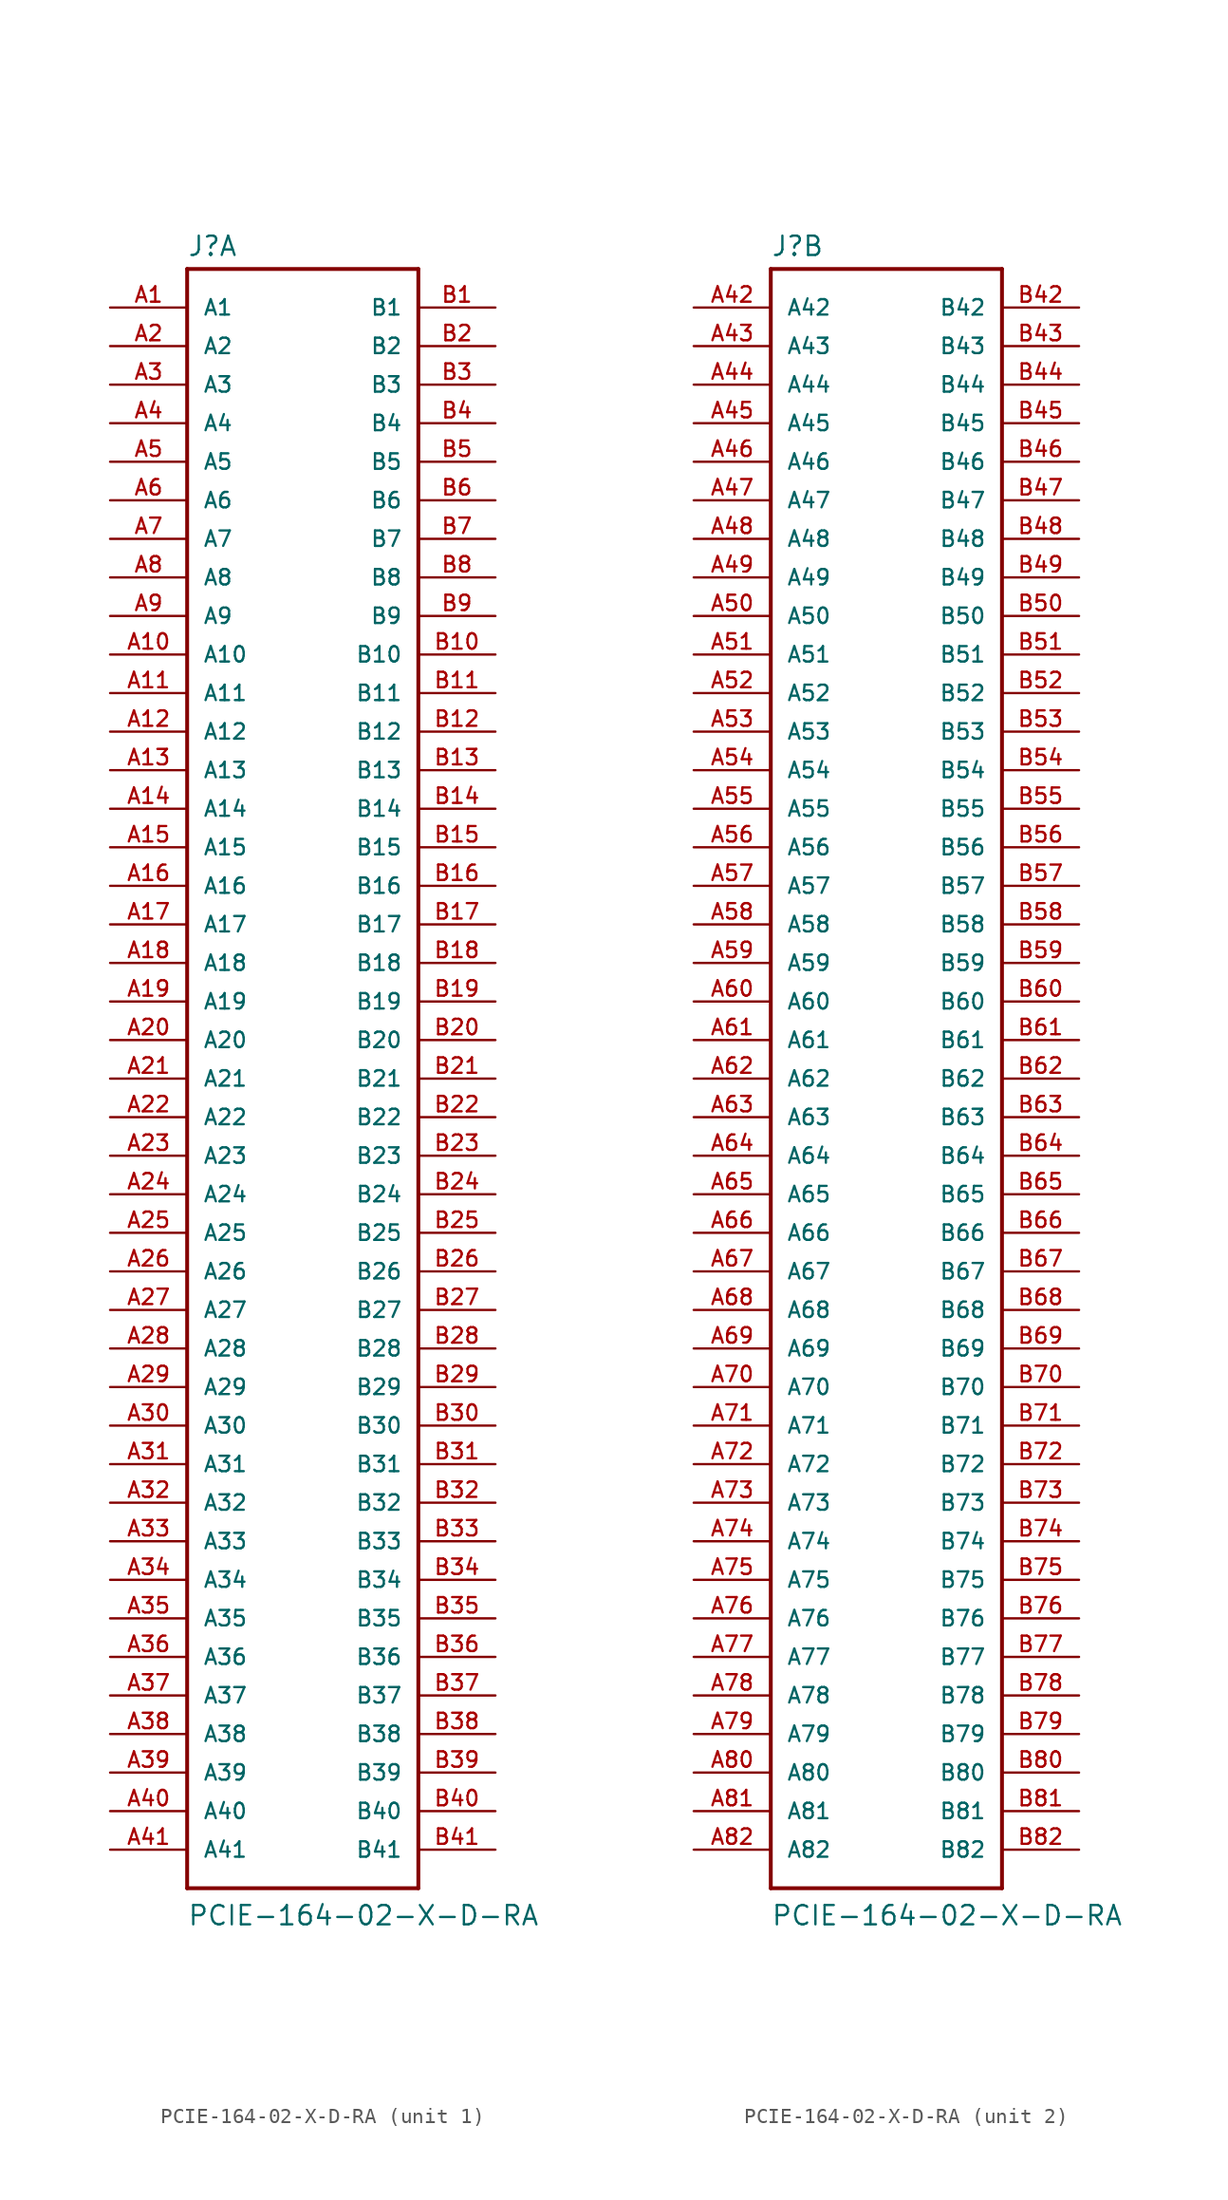
<source format=kicad_sym>
(kicad_symbol_lib
  (version 20211014)
  (generator kicad_symbol_editor)
  (symbol "PCIE-164-02-X-D-RA"
    (pin_names
      (offset 1.016))
    (property "Reference" "J"
      (at -7.62 54.102 0)
      (effects (font (size 1.27 1.27)) (justify left bottom)))
    (property "Value" "PCIE-164-02-X-D-RA"
      (at -7.62 -55.88 0)
      (effects (font (size 1.27 1.27)) (justify left bottom)))
    (property "ki_locked" ""
      (at 0 0 0)
      (effects (font (size 1.27 1.27))))
    (symbol "PCIE-164-02-X-D-RA_1_0"
      (polyline (pts (xy -7.62 -53.34) (xy -7.62 53.34)) (stroke (width 0.254) (type default) (color 0 0 0 0)) (fill (type none)))
      (polyline (pts (xy -7.62 53.34) (xy 7.62 53.34)) (stroke (width 0.254) (type default) (color 0 0 0 0)) (fill (type none)))
      (polyline (pts (xy 7.62 -53.34) (xy -7.62 -53.34)) (stroke (width 0.254) (type default) (color 0 0 0 0)) (fill (type none)))
      (polyline (pts (xy 7.62 53.34) (xy 7.62 -53.34)) (stroke (width 0.254) (type default) (color 0 0 0 0)) (fill (type none)))
      (pin passive line (at -12.7 50.8 0) (length 5.08) (name "A1" (effects (font (size 1.016 1.016)))) (number "A1" (effects (font (size 1.016 1.016)))))
      (pin passive line (at -12.7 27.94 0) (length 5.08) (name "A10" (effects (font (size 1.016 1.016)))) (number "A10" (effects (font (size 1.016 1.016)))))
      (pin passive line (at -12.7 25.4 0) (length 5.08) (name "A11" (effects (font (size 1.016 1.016)))) (number "A11" (effects (font (size 1.016 1.016)))))
      (pin passive line (at -12.7 22.86 0) (length 5.08) (name "A12" (effects (font (size 1.016 1.016)))) (number "A12" (effects (font (size 1.016 1.016)))))
      (pin passive line (at -12.7 20.32 0) (length 5.08) (name "A13" (effects (font (size 1.016 1.016)))) (number "A13" (effects (font (size 1.016 1.016)))))
      (pin passive line (at -12.7 17.78 0) (length 5.08) (name "A14" (effects (font (size 1.016 1.016)))) (number "A14" (effects (font (size 1.016 1.016)))))
      (pin passive line (at -12.7 15.24 0) (length 5.08) (name "A15" (effects (font (size 1.016 1.016)))) (number "A15" (effects (font (size 1.016 1.016)))))
      (pin passive line (at -12.7 12.7 0) (length 5.08) (name "A16" (effects (font (size 1.016 1.016)))) (number "A16" (effects (font (size 1.016 1.016)))))
      (pin passive line (at -12.7 10.16 0) (length 5.08) (name "A17" (effects (font (size 1.016 1.016)))) (number "A17" (effects (font (size 1.016 1.016)))))
      (pin passive line (at -12.7 7.62 0) (length 5.08) (name "A18" (effects (font (size 1.016 1.016)))) (number "A18" (effects (font (size 1.016 1.016)))))
      (pin passive line (at -12.7 5.08 0) (length 5.08) (name "A19" (effects (font (size 1.016 1.016)))) (number "A19" (effects (font (size 1.016 1.016)))))
      (pin passive line (at -12.7 48.26 0) (length 5.08) (name "A2" (effects (font (size 1.016 1.016)))) (number "A2" (effects (font (size 1.016 1.016)))))
      (pin passive line (at -12.7 2.54 0) (length 5.08) (name "A20" (effects (font (size 1.016 1.016)))) (number "A20" (effects (font (size 1.016 1.016)))))
      (pin passive line (at -12.7 0 0) (length 5.08) (name "A21" (effects (font (size 1.016 1.016)))) (number "A21" (effects (font (size 1.016 1.016)))))
      (pin passive line (at -12.7 -2.54 0) (length 5.08) (name "A22" (effects (font (size 1.016 1.016)))) (number "A22" (effects (font (size 1.016 1.016)))))
      (pin passive line (at -12.7 -5.08 0) (length 5.08) (name "A23" (effects (font (size 1.016 1.016)))) (number "A23" (effects (font (size 1.016 1.016)))))
      (pin passive line (at -12.7 -7.62 0) (length 5.08) (name "A24" (effects (font (size 1.016 1.016)))) (number "A24" (effects (font (size 1.016 1.016)))))
      (pin passive line (at -12.7 -10.16 0) (length 5.08) (name "A25" (effects (font (size 1.016 1.016)))) (number "A25" (effects (font (size 1.016 1.016)))))
      (pin passive line (at -12.7 -12.7 0) (length 5.08) (name "A26" (effects (font (size 1.016 1.016)))) (number "A26" (effects (font (size 1.016 1.016)))))
      (pin passive line (at -12.7 -15.24 0) (length 5.08) (name "A27" (effects (font (size 1.016 1.016)))) (number "A27" (effects (font (size 1.016 1.016)))))
      (pin passive line (at -12.7 -17.78 0) (length 5.08) (name "A28" (effects (font (size 1.016 1.016)))) (number "A28" (effects (font (size 1.016 1.016)))))
      (pin passive line (at -12.7 -20.32 0) (length 5.08) (name "A29" (effects (font (size 1.016 1.016)))) (number "A29" (effects (font (size 1.016 1.016)))))
      (pin passive line (at -12.7 45.72 0) (length 5.08) (name "A3" (effects (font (size 1.016 1.016)))) (number "A3" (effects (font (size 1.016 1.016)))))
      (pin passive line (at -12.7 -22.86 0) (length 5.08) (name "A30" (effects (font (size 1.016 1.016)))) (number "A30" (effects (font (size 1.016 1.016)))))
      (pin passive line (at -12.7 -25.4 0) (length 5.08) (name "A31" (effects (font (size 1.016 1.016)))) (number "A31" (effects (font (size 1.016 1.016)))))
      (pin passive line (at -12.7 -27.94 0) (length 5.08) (name "A32" (effects (font (size 1.016 1.016)))) (number "A32" (effects (font (size 1.016 1.016)))))
      (pin passive line (at -12.7 -30.48 0) (length 5.08) (name "A33" (effects (font (size 1.016 1.016)))) (number "A33" (effects (font (size 1.016 1.016)))))
      (pin passive line (at -12.7 -33.02 0) (length 5.08) (name "A34" (effects (font (size 1.016 1.016)))) (number "A34" (effects (font (size 1.016 1.016)))))
      (pin passive line (at -12.7 -35.56 0) (length 5.08) (name "A35" (effects (font (size 1.016 1.016)))) (number "A35" (effects (font (size 1.016 1.016)))))
      (pin passive line (at -12.7 -38.1 0) (length 5.08) (name "A36" (effects (font (size 1.016 1.016)))) (number "A36" (effects (font (size 1.016 1.016)))))
      (pin passive line (at -12.7 -40.64 0) (length 5.08) (name "A37" (effects (font (size 1.016 1.016)))) (number "A37" (effects (font (size 1.016 1.016)))))
      (pin passive line (at -12.7 -43.18 0) (length 5.08) (name "A38" (effects (font (size 1.016 1.016)))) (number "A38" (effects (font (size 1.016 1.016)))))
      (pin passive line (at -12.7 -45.72 0) (length 5.08) (name "A39" (effects (font (size 1.016 1.016)))) (number "A39" (effects (font (size 1.016 1.016)))))
      (pin passive line (at -12.7 43.18 0) (length 5.08) (name "A4" (effects (font (size 1.016 1.016)))) (number "A4" (effects (font (size 1.016 1.016)))))
      (pin passive line (at -12.7 -48.26 0) (length 5.08) (name "A40" (effects (font (size 1.016 1.016)))) (number "A40" (effects (font (size 1.016 1.016)))))
      (pin passive line (at -12.7 -50.8 0) (length 5.08) (name "A41" (effects (font (size 1.016 1.016)))) (number "A41" (effects (font (size 1.016 1.016)))))
      (pin passive line (at -12.7 40.64 0) (length 5.08) (name "A5" (effects (font (size 1.016 1.016)))) (number "A5" (effects (font (size 1.016 1.016)))))
      (pin passive line (at -12.7 38.1 0) (length 5.08) (name "A6" (effects (font (size 1.016 1.016)))) (number "A6" (effects (font (size 1.016 1.016)))))
      (pin passive line (at -12.7 35.56 0) (length 5.08) (name "A7" (effects (font (size 1.016 1.016)))) (number "A7" (effects (font (size 1.016 1.016)))))
      (pin passive line (at -12.7 33.02 0) (length 5.08) (name "A8" (effects (font (size 1.016 1.016)))) (number "A8" (effects (font (size 1.016 1.016)))))
      (pin passive line (at -12.7 30.48 0) (length 5.08) (name "A9" (effects (font (size 1.016 1.016)))) (number "A9" (effects (font (size 1.016 1.016)))))
      (pin passive line (at 12.7 50.8 180) (length 5.08) (name "B1" (effects (font (size 1.016 1.016)))) (number "B1" (effects (font (size 1.016 1.016)))))
      (pin passive line (at 12.7 27.94 180) (length 5.08) (name "B10" (effects (font (size 1.016 1.016)))) (number "B10" (effects (font (size 1.016 1.016)))))
      (pin passive line (at 12.7 25.4 180) (length 5.08) (name "B11" (effects (font (size 1.016 1.016)))) (number "B11" (effects (font (size 1.016 1.016)))))
      (pin passive line (at 12.7 22.86 180) (length 5.08) (name "B12" (effects (font (size 1.016 1.016)))) (number "B12" (effects (font (size 1.016 1.016)))))
      (pin passive line (at 12.7 20.32 180) (length 5.08) (name "B13" (effects (font (size 1.016 1.016)))) (number "B13" (effects (font (size 1.016 1.016)))))
      (pin passive line (at 12.7 17.78 180) (length 5.08) (name "B14" (effects (font (size 1.016 1.016)))) (number "B14" (effects (font (size 1.016 1.016)))))
      (pin passive line (at 12.7 15.24 180) (length 5.08) (name "B15" (effects (font (size 1.016 1.016)))) (number "B15" (effects (font (size 1.016 1.016)))))
      (pin passive line (at 12.7 12.7 180) (length 5.08) (name "B16" (effects (font (size 1.016 1.016)))) (number "B16" (effects (font (size 1.016 1.016)))))
      (pin passive line (at 12.7 10.16 180) (length 5.08) (name "B17" (effects (font (size 1.016 1.016)))) (number "B17" (effects (font (size 1.016 1.016)))))
      (pin passive line (at 12.7 7.62 180) (length 5.08) (name "B18" (effects (font (size 1.016 1.016)))) (number "B18" (effects (font (size 1.016 1.016)))))
      (pin passive line (at 12.7 5.08 180) (length 5.08) (name "B19" (effects (font (size 1.016 1.016)))) (number "B19" (effects (font (size 1.016 1.016)))))
      (pin passive line (at 12.7 48.26 180) (length 5.08) (name "B2" (effects (font (size 1.016 1.016)))) (number "B2" (effects (font (size 1.016 1.016)))))
      (pin passive line (at 12.7 2.54 180) (length 5.08) (name "B20" (effects (font (size 1.016 1.016)))) (number "B20" (effects (font (size 1.016 1.016)))))
      (pin passive line (at 12.7 0 180) (length 5.08) (name "B21" (effects (font (size 1.016 1.016)))) (number "B21" (effects (font (size 1.016 1.016)))))
      (pin passive line (at 12.7 -2.54 180) (length 5.08) (name "B22" (effects (font (size 1.016 1.016)))) (number "B22" (effects (font (size 1.016 1.016)))))
      (pin passive line (at 12.7 -5.08 180) (length 5.08) (name "B23" (effects (font (size 1.016 1.016)))) (number "B23" (effects (font (size 1.016 1.016)))))
      (pin passive line (at 12.7 -7.62 180) (length 5.08) (name "B24" (effects (font (size 1.016 1.016)))) (number "B24" (effects (font (size 1.016 1.016)))))
      (pin passive line (at 12.7 -10.16 180) (length 5.08) (name "B25" (effects (font (size 1.016 1.016)))) (number "B25" (effects (font (size 1.016 1.016)))))
      (pin passive line (at 12.7 -12.7 180) (length 5.08) (name "B26" (effects (font (size 1.016 1.016)))) (number "B26" (effects (font (size 1.016 1.016)))))
      (pin passive line (at 12.7 -15.24 180) (length 5.08) (name "B27" (effects (font (size 1.016 1.016)))) (number "B27" (effects (font (size 1.016 1.016)))))
      (pin passive line (at 12.7 -17.78 180) (length 5.08) (name "B28" (effects (font (size 1.016 1.016)))) (number "B28" (effects (font (size 1.016 1.016)))))
      (pin passive line (at 12.7 -20.32 180) (length 5.08) (name "B29" (effects (font (size 1.016 1.016)))) (number "B29" (effects (font (size 1.016 1.016)))))
      (pin passive line (at 12.7 45.72 180) (length 5.08) (name "B3" (effects (font (size 1.016 1.016)))) (number "B3" (effects (font (size 1.016 1.016)))))
      (pin passive line (at 12.7 -22.86 180) (length 5.08) (name "B30" (effects (font (size 1.016 1.016)))) (number "B30" (effects (font (size 1.016 1.016)))))
      (pin passive line (at 12.7 -25.4 180) (length 5.08) (name "B31" (effects (font (size 1.016 1.016)))) (number "B31" (effects (font (size 1.016 1.016)))))
      (pin passive line (at 12.7 -27.94 180) (length 5.08) (name "B32" (effects (font (size 1.016 1.016)))) (number "B32" (effects (font (size 1.016 1.016)))))
      (pin passive line (at 12.7 -30.48 180) (length 5.08) (name "B33" (effects (font (size 1.016 1.016)))) (number "B33" (effects (font (size 1.016 1.016)))))
      (pin passive line (at 12.7 -33.02 180) (length 5.08) (name "B34" (effects (font (size 1.016 1.016)))) (number "B34" (effects (font (size 1.016 1.016)))))
      (pin passive line (at 12.7 -35.56 180) (length 5.08) (name "B35" (effects (font (size 1.016 1.016)))) (number "B35" (effects (font (size 1.016 1.016)))))
      (pin passive line (at 12.7 -38.1 180) (length 5.08) (name "B36" (effects (font (size 1.016 1.016)))) (number "B36" (effects (font (size 1.016 1.016)))))
      (pin passive line (at 12.7 -40.64 180) (length 5.08) (name "B37" (effects (font (size 1.016 1.016)))) (number "B37" (effects (font (size 1.016 1.016)))))
      (pin passive line (at 12.7 -43.18 180) (length 5.08) (name "B38" (effects (font (size 1.016 1.016)))) (number "B38" (effects (font (size 1.016 1.016)))))
      (pin passive line (at 12.7 -45.72 180) (length 5.08) (name "B39" (effects (font (size 1.016 1.016)))) (number "B39" (effects (font (size 1.016 1.016)))))
      (pin passive line (at 12.7 43.18 180) (length 5.08) (name "B4" (effects (font (size 1.016 1.016)))) (number "B4" (effects (font (size 1.016 1.016)))))
      (pin passive line (at 12.7 -48.26 180) (length 5.08) (name "B40" (effects (font (size 1.016 1.016)))) (number "B40" (effects (font (size 1.016 1.016)))))
      (pin passive line (at 12.7 -50.8 180) (length 5.08) (name "B41" (effects (font (size 1.016 1.016)))) (number "B41" (effects (font (size 1.016 1.016)))))
      (pin passive line (at 12.7 40.64 180) (length 5.08) (name "B5" (effects (font (size 1.016 1.016)))) (number "B5" (effects (font (size 1.016 1.016)))))
      (pin passive line (at 12.7 38.1 180) (length 5.08) (name "B6" (effects (font (size 1.016 1.016)))) (number "B6" (effects (font (size 1.016 1.016)))))
      (pin passive line (at 12.7 35.56 180) (length 5.08) (name "B7" (effects (font (size 1.016 1.016)))) (number "B7" (effects (font (size 1.016 1.016)))))
      (pin passive line (at 12.7 33.02 180) (length 5.08) (name "B8" (effects (font (size 1.016 1.016)))) (number "B8" (effects (font (size 1.016 1.016)))))
      (pin passive line (at 12.7 30.48 180) (length 5.08) (name "B9" (effects (font (size 1.016 1.016)))) (number "B9" (effects (font (size 1.016 1.016))))))
    (symbol "PCIE-164-02-X-D-RA_2_0"
      (polyline (pts (xy -7.62 -53.34) (xy -7.62 53.34)) (stroke (width 0.254) (type default) (color 0 0 0 0)) (fill (type none)))
      (polyline (pts (xy -7.62 53.34) (xy 7.62 53.34)) (stroke (width 0.254) (type default) (color 0 0 0 0)) (fill (type none)))
      (polyline (pts (xy 7.62 -53.34) (xy -7.62 -53.34)) (stroke (width 0.254) (type default) (color 0 0 0 0)) (fill (type none)))
      (polyline (pts (xy 7.62 53.34) (xy 7.62 -53.34)) (stroke (width 0.254) (type default) (color 0 0 0 0)) (fill (type none)))
      (pin passive line (at -12.7 50.8 0) (length 5.08) (name "A42" (effects (font (size 1.016 1.016)))) (number "A42" (effects (font (size 1.016 1.016)))))
      (pin passive line (at -12.7 48.26 0) (length 5.08) (name "A43" (effects (font (size 1.016 1.016)))) (number "A43" (effects (font (size 1.016 1.016)))))
      (pin passive line (at -12.7 45.72 0) (length 5.08) (name "A44" (effects (font (size 1.016 1.016)))) (number "A44" (effects (font (size 1.016 1.016)))))
      (pin passive line (at -12.7 43.18 0) (length 5.08) (name "A45" (effects (font (size 1.016 1.016)))) (number "A45" (effects (font (size 1.016 1.016)))))
      (pin passive line (at -12.7 40.64 0) (length 5.08) (name "A46" (effects (font (size 1.016 1.016)))) (number "A46" (effects (font (size 1.016 1.016)))))
      (pin passive line (at -12.7 38.1 0) (length 5.08) (name "A47" (effects (font (size 1.016 1.016)))) (number "A47" (effects (font (size 1.016 1.016)))))
      (pin passive line (at -12.7 35.56 0) (length 5.08) (name "A48" (effects (font (size 1.016 1.016)))) (number "A48" (effects (font (size 1.016 1.016)))))
      (pin passive line (at -12.7 33.02 0) (length 5.08) (name "A49" (effects (font (size 1.016 1.016)))) (number "A49" (effects (font (size 1.016 1.016)))))
      (pin passive line (at -12.7 30.48 0) (length 5.08) (name "A50" (effects (font (size 1.016 1.016)))) (number "A50" (effects (font (size 1.016 1.016)))))
      (pin passive line (at -12.7 27.94 0) (length 5.08) (name "A51" (effects (font (size 1.016 1.016)))) (number "A51" (effects (font (size 1.016 1.016)))))
      (pin passive line (at -12.7 25.4 0) (length 5.08) (name "A52" (effects (font (size 1.016 1.016)))) (number "A52" (effects (font (size 1.016 1.016)))))
      (pin passive line (at -12.7 22.86 0) (length 5.08) (name "A53" (effects (font (size 1.016 1.016)))) (number "A53" (effects (font (size 1.016 1.016)))))
      (pin passive line (at -12.7 20.32 0) (length 5.08) (name "A54" (effects (font (size 1.016 1.016)))) (number "A54" (effects (font (size 1.016 1.016)))))
      (pin passive line (at -12.7 17.78 0) (length 5.08) (name "A55" (effects (font (size 1.016 1.016)))) (number "A55" (effects (font (size 1.016 1.016)))))
      (pin passive line (at -12.7 15.24 0) (length 5.08) (name "A56" (effects (font (size 1.016 1.016)))) (number "A56" (effects (font (size 1.016 1.016)))))
      (pin passive line (at -12.7 12.7 0) (length 5.08) (name "A57" (effects (font (size 1.016 1.016)))) (number "A57" (effects (font (size 1.016 1.016)))))
      (pin passive line (at -12.7 10.16 0) (length 5.08) (name "A58" (effects (font (size 1.016 1.016)))) (number "A58" (effects (font (size 1.016 1.016)))))
      (pin passive line (at -12.7 7.62 0) (length 5.08) (name "A59" (effects (font (size 1.016 1.016)))) (number "A59" (effects (font (size 1.016 1.016)))))
      (pin passive line (at -12.7 5.08 0) (length 5.08) (name "A60" (effects (font (size 1.016 1.016)))) (number "A60" (effects (font (size 1.016 1.016)))))
      (pin passive line (at -12.7 2.54 0) (length 5.08) (name "A61" (effects (font (size 1.016 1.016)))) (number "A61" (effects (font (size 1.016 1.016)))))
      (pin passive line (at -12.7 0 0) (length 5.08) (name "A62" (effects (font (size 1.016 1.016)))) (number "A62" (effects (font (size 1.016 1.016)))))
      (pin passive line (at -12.7 -2.54 0) (length 5.08) (name "A63" (effects (font (size 1.016 1.016)))) (number "A63" (effects (font (size 1.016 1.016)))))
      (pin passive line (at -12.7 -5.08 0) (length 5.08) (name "A64" (effects (font (size 1.016 1.016)))) (number "A64" (effects (font (size 1.016 1.016)))))
      (pin passive line (at -12.7 -7.62 0) (length 5.08) (name "A65" (effects (font (size 1.016 1.016)))) (number "A65" (effects (font (size 1.016 1.016)))))
      (pin passive line (at -12.7 -10.16 0) (length 5.08) (name "A66" (effects (font (size 1.016 1.016)))) (number "A66" (effects (font (size 1.016 1.016)))))
      (pin passive line (at -12.7 -12.7 0) (length 5.08) (name "A67" (effects (font (size 1.016 1.016)))) (number "A67" (effects (font (size 1.016 1.016)))))
      (pin passive line (at -12.7 -15.24 0) (length 5.08) (name "A68" (effects (font (size 1.016 1.016)))) (number "A68" (effects (font (size 1.016 1.016)))))
      (pin passive line (at -12.7 -17.78 0) (length 5.08) (name "A69" (effects (font (size 1.016 1.016)))) (number "A69" (effects (font (size 1.016 1.016)))))
      (pin passive line (at -12.7 -20.32 0) (length 5.08) (name "A70" (effects (font (size 1.016 1.016)))) (number "A70" (effects (font (size 1.016 1.016)))))
      (pin passive line (at -12.7 -22.86 0) (length 5.08) (name "A71" (effects (font (size 1.016 1.016)))) (number "A71" (effects (font (size 1.016 1.016)))))
      (pin passive line (at -12.7 -25.4 0) (length 5.08) (name "A72" (effects (font (size 1.016 1.016)))) (number "A72" (effects (font (size 1.016 1.016)))))
      (pin passive line (at -12.7 -27.94 0) (length 5.08) (name "A73" (effects (font (size 1.016 1.016)))) (number "A73" (effects (font (size 1.016 1.016)))))
      (pin passive line (at -12.7 -30.48 0) (length 5.08) (name "A74" (effects (font (size 1.016 1.016)))) (number "A74" (effects (font (size 1.016 1.016)))))
      (pin passive line (at -12.7 -33.02 0) (length 5.08) (name "A75" (effects (font (size 1.016 1.016)))) (number "A75" (effects (font (size 1.016 1.016)))))
      (pin passive line (at -12.7 -35.56 0) (length 5.08) (name "A76" (effects (font (size 1.016 1.016)))) (number "A76" (effects (font (size 1.016 1.016)))))
      (pin passive line (at -12.7 -38.1 0) (length 5.08) (name "A77" (effects (font (size 1.016 1.016)))) (number "A77" (effects (font (size 1.016 1.016)))))
      (pin passive line (at -12.7 -40.64 0) (length 5.08) (name "A78" (effects (font (size 1.016 1.016)))) (number "A78" (effects (font (size 1.016 1.016)))))
      (pin passive line (at -12.7 -43.18 0) (length 5.08) (name "A79" (effects (font (size 1.016 1.016)))) (number "A79" (effects (font (size 1.016 1.016)))))
      (pin passive line (at -12.7 -45.72 0) (length 5.08) (name "A80" (effects (font (size 1.016 1.016)))) (number "A80" (effects (font (size 1.016 1.016)))))
      (pin passive line (at -12.7 -48.26 0) (length 5.08) (name "A81" (effects (font (size 1.016 1.016)))) (number "A81" (effects (font (size 1.016 1.016)))))
      (pin passive line (at -12.7 -50.8 0) (length 5.08) (name "A82" (effects (font (size 1.016 1.016)))) (number "A82" (effects (font (size 1.016 1.016)))))
      (pin passive line (at 12.7 50.8 180) (length 5.08) (name "B42" (effects (font (size 1.016 1.016)))) (number "B42" (effects (font (size 1.016 1.016)))))
      (pin passive line (at 12.7 48.26 180) (length 5.08) (name "B43" (effects (font (size 1.016 1.016)))) (number "B43" (effects (font (size 1.016 1.016)))))
      (pin passive line (at 12.7 45.72 180) (length 5.08) (name "B44" (effects (font (size 1.016 1.016)))) (number "B44" (effects (font (size 1.016 1.016)))))
      (pin passive line (at 12.7 43.18 180) (length 5.08) (name "B45" (effects (font (size 1.016 1.016)))) (number "B45" (effects (font (size 1.016 1.016)))))
      (pin passive line (at 12.7 40.64 180) (length 5.08) (name "B46" (effects (font (size 1.016 1.016)))) (number "B46" (effects (font (size 1.016 1.016)))))
      (pin passive line (at 12.7 38.1 180) (length 5.08) (name "B47" (effects (font (size 1.016 1.016)))) (number "B47" (effects (font (size 1.016 1.016)))))
      (pin passive line (at 12.7 35.56 180) (length 5.08) (name "B48" (effects (font (size 1.016 1.016)))) (number "B48" (effects (font (size 1.016 1.016)))))
      (pin passive line (at 12.7 33.02 180) (length 5.08) (name "B49" (effects (font (size 1.016 1.016)))) (number "B49" (effects (font (size 1.016 1.016)))))
      (pin passive line (at 12.7 30.48 180) (length 5.08) (name "B50" (effects (font (size 1.016 1.016)))) (number "B50" (effects (font (size 1.016 1.016)))))
      (pin passive line (at 12.7 27.94 180) (length 5.08) (name "B51" (effects (font (size 1.016 1.016)))) (number "B51" (effects (font (size 1.016 1.016)))))
      (pin passive line (at 12.7 25.4 180) (length 5.08) (name "B52" (effects (font (size 1.016 1.016)))) (number "B52" (effects (font (size 1.016 1.016)))))
      (pin passive line (at 12.7 22.86 180) (length 5.08) (name "B53" (effects (font (size 1.016 1.016)))) (number "B53" (effects (font (size 1.016 1.016)))))
      (pin passive line (at 12.7 20.32 180) (length 5.08) (name "B54" (effects (font (size 1.016 1.016)))) (number "B54" (effects (font (size 1.016 1.016)))))
      (pin passive line (at 12.7 17.78 180) (length 5.08) (name "B55" (effects (font (size 1.016 1.016)))) (number "B55" (effects (font (size 1.016 1.016)))))
      (pin passive line (at 12.7 15.24 180) (length 5.08) (name "B56" (effects (font (size 1.016 1.016)))) (number "B56" (effects (font (size 1.016 1.016)))))
      (pin passive line (at 12.7 12.7 180) (length 5.08) (name "B57" (effects (font (size 1.016 1.016)))) (number "B57" (effects (font (size 1.016 1.016)))))
      (pin passive line (at 12.7 10.16 180) (length 5.08) (name "B58" (effects (font (size 1.016 1.016)))) (number "B58" (effects (font (size 1.016 1.016)))))
      (pin passive line (at 12.7 7.62 180) (length 5.08) (name "B59" (effects (font (size 1.016 1.016)))) (number "B59" (effects (font (size 1.016 1.016)))))
      (pin passive line (at 12.7 5.08 180) (length 5.08) (name "B60" (effects (font (size 1.016 1.016)))) (number "B60" (effects (font (size 1.016 1.016)))))
      (pin passive line (at 12.7 2.54 180) (length 5.08) (name "B61" (effects (font (size 1.016 1.016)))) (number "B61" (effects (font (size 1.016 1.016)))))
      (pin passive line (at 12.7 0 180) (length 5.08) (name "B62" (effects (font (size 1.016 1.016)))) (number "B62" (effects (font (size 1.016 1.016)))))
      (pin passive line (at 12.7 -2.54 180) (length 5.08) (name "B63" (effects (font (size 1.016 1.016)))) (number "B63" (effects (font (size 1.016 1.016)))))
      (pin passive line (at 12.7 -5.08 180) (length 5.08) (name "B64" (effects (font (size 1.016 1.016)))) (number "B64" (effects (font (size 1.016 1.016)))))
      (pin passive line (at 12.7 -7.62 180) (length 5.08) (name "B65" (effects (font (size 1.016 1.016)))) (number "B65" (effects (font (size 1.016 1.016)))))
      (pin passive line (at 12.7 -10.16 180) (length 5.08) (name "B66" (effects (font (size 1.016 1.016)))) (number "B66" (effects (font (size 1.016 1.016)))))
      (pin passive line (at 12.7 -12.7 180) (length 5.08) (name "B67" (effects (font (size 1.016 1.016)))) (number "B67" (effects (font (size 1.016 1.016)))))
      (pin passive line (at 12.7 -15.24 180) (length 5.08) (name "B68" (effects (font (size 1.016 1.016)))) (number "B68" (effects (font (size 1.016 1.016)))))
      (pin passive line (at 12.7 -17.78 180) (length 5.08) (name "B69" (effects (font (size 1.016 1.016)))) (number "B69" (effects (font (size 1.016 1.016)))))
      (pin passive line (at 12.7 -20.32 180) (length 5.08) (name "B70" (effects (font (size 1.016 1.016)))) (number "B70" (effects (font (size 1.016 1.016)))))
      (pin passive line (at 12.7 -22.86 180) (length 5.08) (name "B71" (effects (font (size 1.016 1.016)))) (number "B71" (effects (font (size 1.016 1.016)))))
      (pin passive line (at 12.7 -25.4 180) (length 5.08) (name "B72" (effects (font (size 1.016 1.016)))) (number "B72" (effects (font (size 1.016 1.016)))))
      (pin passive line (at 12.7 -27.94 180) (length 5.08) (name "B73" (effects (font (size 1.016 1.016)))) (number "B73" (effects (font (size 1.016 1.016)))))
      (pin passive line (at 12.7 -30.48 180) (length 5.08) (name "B74" (effects (font (size 1.016 1.016)))) (number "B74" (effects (font (size 1.016 1.016)))))
      (pin passive line (at 12.7 -33.02 180) (length 5.08) (name "B75" (effects (font (size 1.016 1.016)))) (number "B75" (effects (font (size 1.016 1.016)))))
      (pin passive line (at 12.7 -35.56 180) (length 5.08) (name "B76" (effects (font (size 1.016 1.016)))) (number "B76" (effects (font (size 1.016 1.016)))))
      (pin passive line (at 12.7 -38.1 180) (length 5.08) (name "B77" (effects (font (size 1.016 1.016)))) (number "B77" (effects (font (size 1.016 1.016)))))
      (pin passive line (at 12.7 -40.64 180) (length 5.08) (name "B78" (effects (font (size 1.016 1.016)))) (number "B78" (effects (font (size 1.016 1.016)))))
      (pin passive line (at 12.7 -43.18 180) (length 5.08) (name "B79" (effects (font (size 1.016 1.016)))) (number "B79" (effects (font (size 1.016 1.016)))))
      (pin passive line (at 12.7 -45.72 180) (length 5.08) (name "B80" (effects (font (size 1.016 1.016)))) (number "B80" (effects (font (size 1.016 1.016)))))
      (pin passive line (at 12.7 -48.26 180) (length 5.08) (name "B81" (effects (font (size 1.016 1.016)))) (number "B81" (effects (font (size 1.016 1.016)))))
      (pin passive line (at 12.7 -50.8 180) (length 5.08) (name "B82" (effects (font (size 1.016 1.016)))) (number "B82" (effects (font (size 1.016 1.016))))))))
</source>
